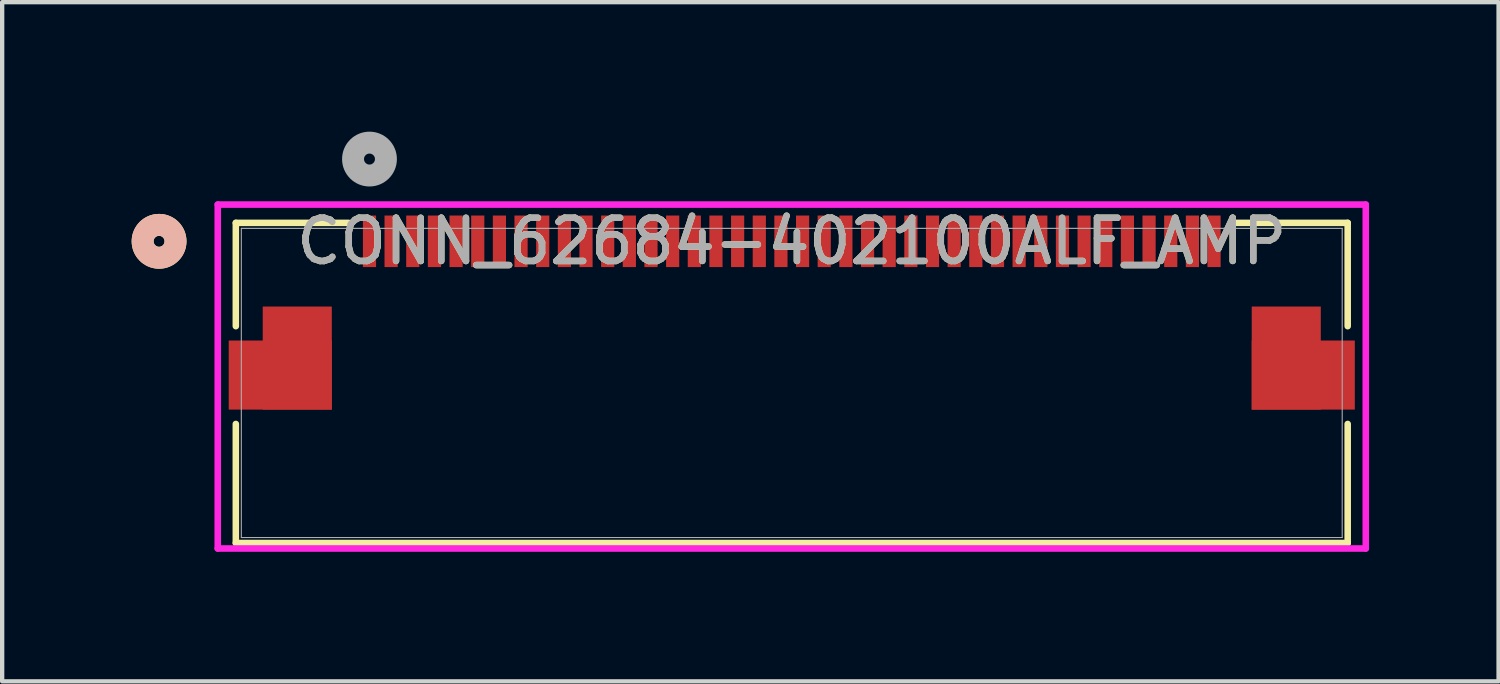
<source format=kicad_pcb>
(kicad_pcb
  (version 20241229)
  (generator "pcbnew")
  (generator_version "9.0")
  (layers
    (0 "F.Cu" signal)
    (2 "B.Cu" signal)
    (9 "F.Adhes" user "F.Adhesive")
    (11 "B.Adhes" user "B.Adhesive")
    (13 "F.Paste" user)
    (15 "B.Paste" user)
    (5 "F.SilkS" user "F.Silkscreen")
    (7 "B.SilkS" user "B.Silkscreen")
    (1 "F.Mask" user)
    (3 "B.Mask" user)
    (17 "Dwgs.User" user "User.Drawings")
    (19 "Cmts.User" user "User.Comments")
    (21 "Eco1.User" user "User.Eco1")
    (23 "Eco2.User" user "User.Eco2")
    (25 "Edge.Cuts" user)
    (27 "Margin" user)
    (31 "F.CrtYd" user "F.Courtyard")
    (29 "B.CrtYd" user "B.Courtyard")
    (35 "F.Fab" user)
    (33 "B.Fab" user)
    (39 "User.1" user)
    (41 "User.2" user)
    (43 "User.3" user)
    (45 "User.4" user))
  (footprint "CONN_62684-402100ALF_AMP"
    (layer "F.Cu")
    (at 15.291 5.821)
    (property "Reference" "CONN_62684-402100ALF_AMP" (at 0 -3.281 0) (unlocked yes) (layer "F.SilkS") (effects (font (size 1 1) (thickness 0.15))))
    (attr smd)
    (fp_poly (pts (xy -10.655 -1.77) (xy -12.255 -1.77) (xy -12.255 0.618) (xy -10.655 0.618)) (stroke (width 0) (type solid)) (fill yes) (layer "F.Cu"))
    (fp_poly (pts (xy 12.255 -1.77) (xy 10.655 -1.77) (xy 10.655 0.618) (xy 12.255 0.618)) (stroke (width 0) (type solid)) (fill yes) (layer "F.Cu"))
    (fp_poly (pts (xy -10.655 -1.77) (xy -12.255 -1.77) (xy -12.255 0.618) (xy -10.655 0.618)) (stroke (width 0) (type solid)) (fill yes) (layer "F.Mask"))
    (fp_poly (pts (xy 12.255 -1.77) (xy 10.655 -1.77) (xy 10.655 0.618) (xy 12.255 0.618)) (stroke (width 0) (type solid)) (fill yes) (layer "F.Mask"))
    (fp_line (start -12.878 -3.708) (end -12.878 -1.315) (stroke (width 0.152) (type solid)) (layer "F.SilkS"))
    (fp_line (start -12.878 0.95) (end -12.878 3.708) (stroke (width 0.152) (type solid)) (layer "F.SilkS"))
    (fp_line (start -12.878 3.708) (end 12.878 3.708) (stroke (width 0.152) (type solid)) (layer "F.SilkS"))
    (fp_line (start -10.267 -3.708) (end -12.878 -3.708) (stroke (width 0.152) (type solid)) (layer "F.SilkS"))
    (fp_line (start 12.878 -3.708) (end 10.267 -3.708) (stroke (width 0.152) (type solid)) (layer "F.SilkS"))
    (fp_line (start 12.878 -1.315) (end 12.878 -3.708) (stroke (width 0.152) (type solid)) (layer "F.SilkS"))
    (fp_line (start 12.878 3.708) (end 12.878 0.95) (stroke (width 0.152) (type solid)) (layer "F.SilkS"))
    (fp_circle (center -14.656 -3.281) (end -14.275 -3.281) (stroke (width 0.508) (type solid)) (fill no) (layer "F.SilkS"))
    (fp_circle (center -14.656 -3.281) (end -14.275 -3.281) (stroke (width 0.508) (type solid)) (fill no) (layer "B.SilkS"))
    (fp_poly (pts (xy -10.655 -1.77) (xy -12.255 -1.77) (xy -12.255 0.618) (xy -10.655 0.618)) (stroke (width 0) (type solid)) (fill yes) (layer "F.Paste"))
    (fp_poly (pts (xy 12.255 -1.77) (xy 10.655 -1.77) (xy 10.655 0.618) (xy 12.255 0.618)) (stroke (width 0) (type solid)) (fill yes) (layer "F.Paste"))
    (fp_line (start -13.297 -4.132) (end -13.297 3.835) (stroke (width 0.152) (type solid)) (layer "F.CrtYd"))
    (fp_line (start -13.297 3.835) (end 13.297 3.835) (stroke (width 0.152) (type solid)) (layer "F.CrtYd"))
    (fp_line (start 13.297 -4.132) (end -13.297 -4.132) (stroke (width 0.152) (type solid)) (layer "F.CrtYd"))
    (fp_line (start 13.297 3.835) (end 13.297 -4.132) (stroke (width 0.152) (type solid)) (layer "F.CrtYd"))
    (fp_line (start -12.751 -3.581) (end -12.751 3.581) (stroke (width 0.025) (type solid)) (layer "F.Fab"))
    (fp_line (start -12.751 3.581) (end 12.751 3.581) (stroke (width 0.025) (type solid)) (layer "F.Fab"))
    (fp_line (start 12.751 -3.581) (end -12.751 -3.581) (stroke (width 0.025) (type solid)) (layer "F.Fab"))
    (fp_line (start 12.751 3.581) (end 12.751 -3.581) (stroke (width 0.025) (type solid)) (layer "F.Fab"))
    (fp_circle (center -9.782 -5.186) (end -9.401 -5.186) (stroke (width 0.508) (type solid)) (fill no) (layer "F.Fab"))
    (fp_text user "${REFERENCE}" (at 0 -3.281 0) (unlocked yes) (layer "F.Fab") (effects (font (size 1 1) (thickness 0.15))))
    (pad "1" smd rect (at -9.782 -3.281) (size 0.305 1.194) (layers "F.Cu" "F.Mask" "F.Paste"))
    (pad "2" smd rect (at -9.281 -3.281) (size 0.305 1.194) (layers "F.Cu" "F.Mask" "F.Paste"))
    (pad "3" smd rect (at -8.779 -3.281) (size 0.305 1.194) (layers "F.Cu" "F.Mask" "F.Paste"))
    (pad "4" smd rect (at -8.277 -3.281) (size 0.305 1.194) (layers "F.Cu" "F.Mask" "F.Paste"))
    (pad "5" smd rect (at -7.776 -3.281) (size 0.305 1.194) (layers "F.Cu" "F.Mask" "F.Paste"))
    (pad "6" smd rect (at -7.274 -3.281) (size 0.305 1.194) (layers "F.Cu" "F.Mask" "F.Paste"))
    (pad "7" smd rect (at -6.772 -3.281) (size 0.305 1.194) (layers "F.Cu" "F.Mask" "F.Paste"))
    (pad "8" smd rect (at -6.271 -3.281) (size 0.305 1.194) (layers "F.Cu" "F.Mask" "F.Paste"))
    (pad "9" smd rect (at -5.769 -3.281) (size 0.305 1.194) (layers "F.Cu" "F.Mask" "F.Paste"))
    (pad "10" smd rect (at -5.267 -3.281) (size 0.305 1.194) (layers "F.Cu" "F.Mask" "F.Paste"))
    (pad "11" smd rect (at -4.766 -3.281) (size 0.305 1.194) (layers "F.Cu" "F.Mask" "F.Paste"))
    (pad "12" smd rect (at -4.264 -3.281) (size 0.305 1.194) (layers "F.Cu" "F.Mask" "F.Paste"))
    (pad "13" smd rect (at -3.762 -3.281) (size 0.305 1.194) (layers "F.Cu" "F.Mask" "F.Paste"))
    (pad "14" smd rect (at -3.261 -3.281) (size 0.305 1.194) (layers "F.Cu" "F.Mask" "F.Paste"))
    (pad "15" smd rect (at -2.759 -3.281) (size 0.305 1.194) (layers "F.Cu" "F.Mask" "F.Paste"))
    (pad "16" smd rect (at -2.257 -3.281) (size 0.305 1.194) (layers "F.Cu" "F.Mask" "F.Paste"))
    (pad "17" smd rect (at -1.756 -3.281) (size 0.305 1.194) (layers "F.Cu" "F.Mask" "F.Paste"))
    (pad "18" smd rect (at -1.254 -3.281) (size 0.305 1.194) (layers "F.Cu" "F.Mask" "F.Paste"))
    (pad "19" smd rect (at -0.752 -3.281) (size 0.305 1.194) (layers "F.Cu" "F.Mask" "F.Paste"))
    (pad "20" smd rect (at -0.251 -3.281) (size 0.305 1.194) (layers "F.Cu" "F.Mask" "F.Paste"))
    (pad "21" smd rect (at 0.251 -3.281) (size 0.305 1.194) (layers "F.Cu" "F.Mask" "F.Paste"))
    (pad "22" smd rect (at 0.752 -3.281) (size 0.305 1.194) (layers "F.Cu" "F.Mask" "F.Paste"))
    (pad "23" smd rect (at 1.254 -3.281) (size 0.305 1.194) (layers "F.Cu" "F.Mask" "F.Paste"))
    (pad "24" smd rect (at 1.756 -3.281) (size 0.305 1.194) (layers "F.Cu" "F.Mask" "F.Paste"))
    (pad "25" smd rect (at 2.257 -3.281) (size 0.305 1.194) (layers "F.Cu" "F.Mask" "F.Paste"))
    (pad "26" smd rect (at 2.759 -3.281) (size 0.305 1.194) (layers "F.Cu" "F.Mask" "F.Paste"))
    (pad "27" smd rect (at 3.261 -3.281) (size 0.305 1.194) (layers "F.Cu" "F.Mask" "F.Paste"))
    (pad "28" smd rect (at 3.762 -3.281) (size 0.305 1.194) (layers "F.Cu" "F.Mask" "F.Paste"))
    (pad "29" smd rect (at 4.264 -3.281) (size 0.305 1.194) (layers "F.Cu" "F.Mask" "F.Paste"))
    (pad "30" smd rect (at 4.766 -3.281) (size 0.305 1.194) (layers "F.Cu" "F.Mask" "F.Paste"))
    (pad "31" smd rect (at 5.267 -3.281) (size 0.305 1.194) (layers "F.Cu" "F.Mask" "F.Paste"))
    (pad "32" smd rect (at 5.769 -3.281) (size 0.305 1.194) (layers "F.Cu" "F.Mask" "F.Paste"))
    (pad "33" smd rect (at 6.271 -3.281) (size 0.305 1.194) (layers "F.Cu" "F.Mask" "F.Paste"))
    (pad "34" smd rect (at 6.772 -3.281) (size 0.305 1.194) (layers "F.Cu" "F.Mask" "F.Paste"))
    (pad "35" smd rect (at 7.274 -3.281) (size 0.305 1.194) (layers "F.Cu" "F.Mask" "F.Paste"))
    (pad "36" smd rect (at 7.776 -3.281) (size 0.305 1.194) (layers "F.Cu" "F.Mask" "F.Paste"))
    (pad "37" smd rect (at 8.277 -3.281) (size 0.305 1.194) (layers "F.Cu" "F.Mask" "F.Paste"))
    (pad "38" smd rect (at 8.779 -3.281) (size 0.305 1.194) (layers "F.Cu" "F.Mask" "F.Paste"))
    (pad "39" smd rect (at 9.281 -3.281) (size 0.305 1.194) (layers "F.Cu" "F.Mask" "F.Paste"))
    (pad "40" smd rect (at 9.782 -3.281) (size 0.305 1.194) (layers "F.Cu" "F.Mask" "F.Paste"))
    (pad "41" smd rect (at -11.849 -0.183) (size 2.388 1.6) (layers "F.Cu" "F.Mask" "F.Paste"))
    (pad "42" smd rect (at 11.849 -0.183) (size 2.388 1.6) (layers "F.Cu" "F.Mask" "F.Paste")))
  (gr_rect
    (start -3 -3)
    (end 31.664 12.733)
    (stroke (width 0.1) (type default))
    (fill no)
    (layer "Edge.Cuts")))
</source>
